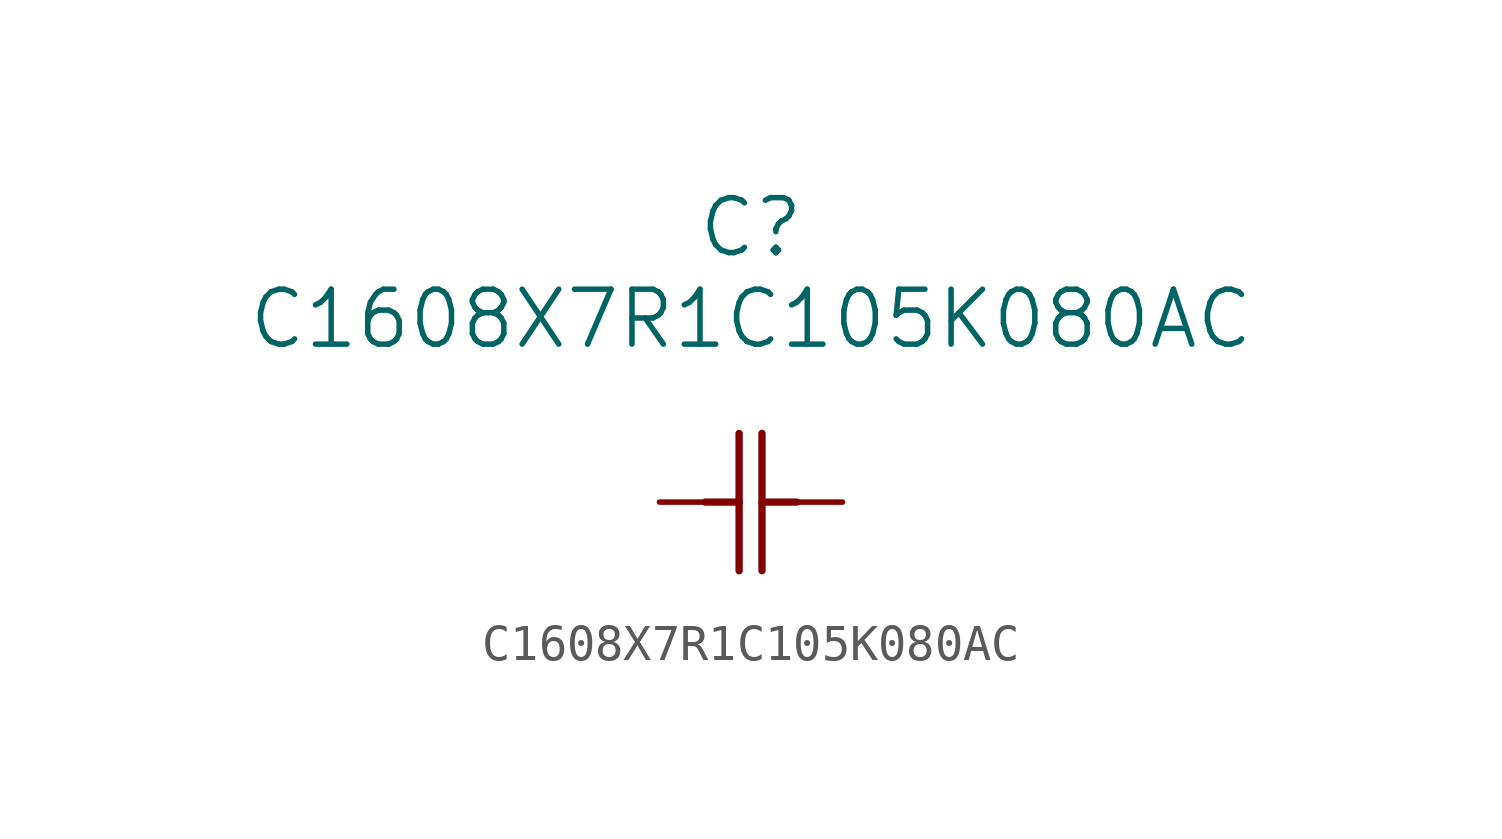
<source format=kicad_sym>
(kicad_symbol_lib
  (version 20220328)
  (generator kicad_symbol_editor)
  (symbol "C1608X7R1C105K080AC"
    (pin_numbers hide)
    (pin_names
      (offset 1.651) hide)
    (property "Reference" "C"
      (at 0 7.62 0)
      (effects (font (size 1.524 1.524))))
    (property "Value" "C1608X7R1C105K080AC"
      (at 0 5.08 0)
      (effects (font (size 1.524 1.524))))
    (symbol "C1608X7R1C105K080AC_1_1"
      (polyline (pts (xy -1.27 0) (xy -0.33 0)) (stroke (width 0.203) (type solid)) (fill (type none)))
      (polyline (pts (xy -0.33 -1.905) (xy -0.33 1.905)) (stroke (width 0.203) (type solid)) (fill (type none)))
      (polyline (pts (xy 0.305 -1.905) (xy 0.305 1.905)) (stroke (width 0.203) (type solid)) (fill (type none)))
      (polyline (pts (xy 0.305 0) (xy 1.27 0)) (stroke (width 0.203) (type solid)) (fill (type none)))
      (pin unspecified line (at -2.54 0 0) (length 1.27) (name "1" (effects (font (size 1.499 1.499)))) (number "1" (effects (font (size 1.499 1.499)))))
      (pin unspecified line (at 2.54 0 180) (length 1.27) (name "2" (effects (font (size 1.499 1.499)))) (number "2" (effects (font (size 1.499 1.499))))))))
</source>
